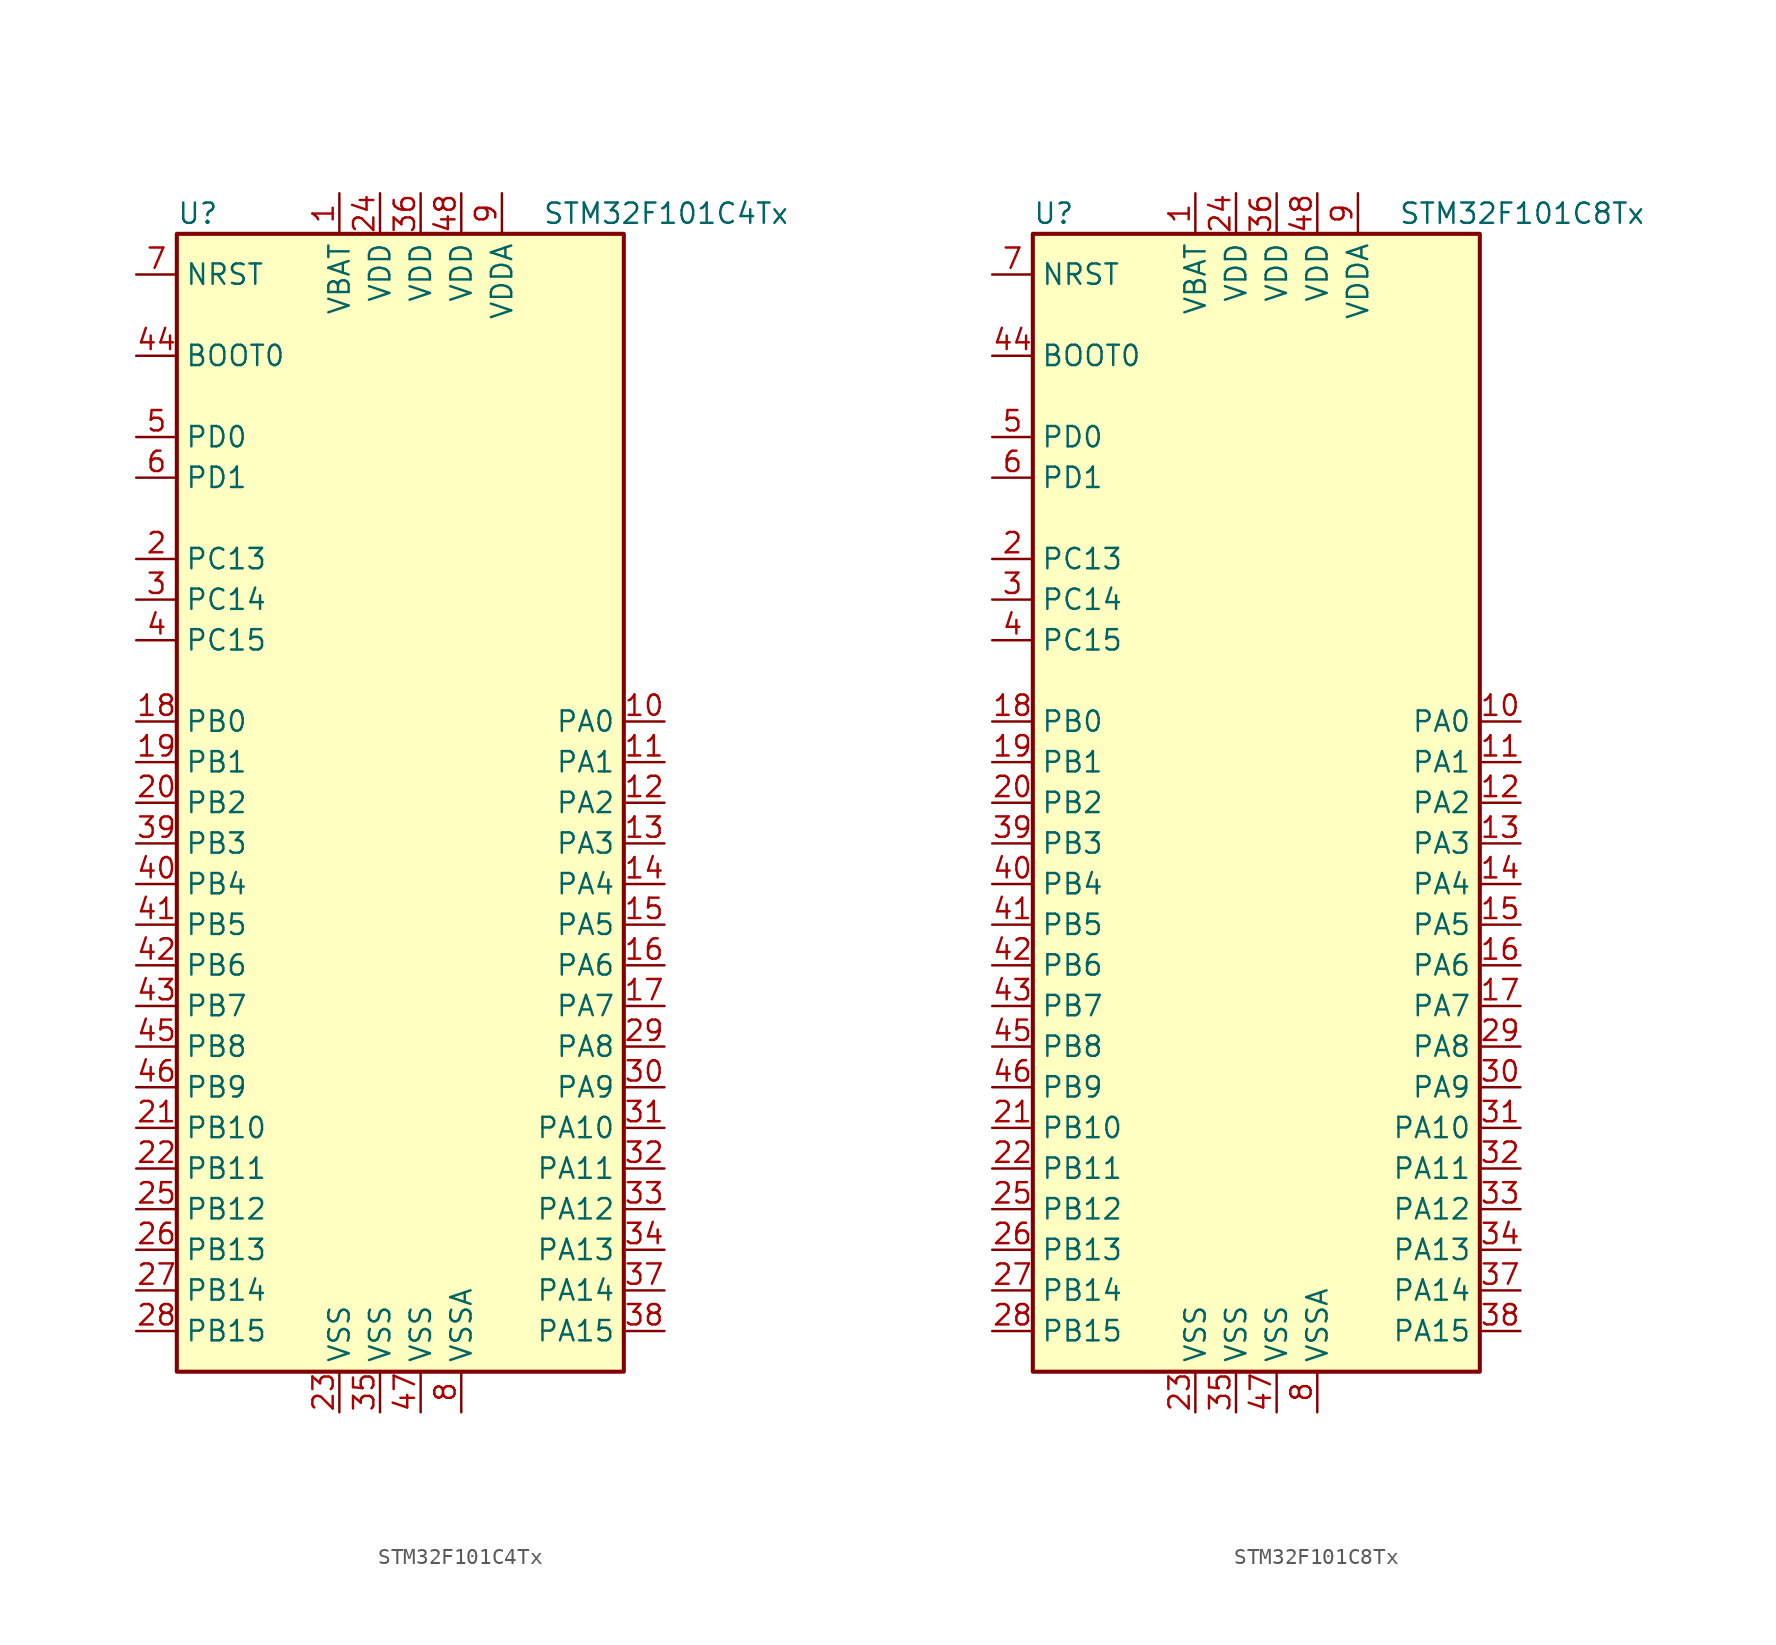
<source format=kicad_sym>
(kicad_symbol_lib
  (version 20201005)
  (generator kicad_symbol_editor)
  (symbol "MCU_ST_STM32F1:STM32F101C4Tx"
    (property "Reference" "U"
      (at -15.24 36.83 0)
      (effects (font (size 1.27 1.27)) (justify left)))
    (property "Value" "STM32F101C4Tx"
      (at 7.62 36.83 0)
      (effects (font (size 1.27 1.27)) (justify left)))
    (symbol "STM32F101C4Tx_0_1"
      (rectangle (start -15.24 -35.56) (end 12.7 35.56) (stroke (width 0.254)) (fill (type background))))
    (symbol "STM32F101C4Tx_1_1"
      (pin input line (at -17.78 27.94 0) (length 2.54) (name "BOOT0" (effects (font (size 1.27 1.27)))) (number "44" (effects (font (size 1.27 1.27)))))
      (pin input line (at -17.78 33.02 0) (length 2.54) (name "NRST" (effects (font (size 1.27 1.27)))) (number "7" (effects (font (size 1.27 1.27)))))
      (pin bidirectional line (at 15.24 5.08 180) (length 2.54) (name "PA0" (effects (font (size 1.27 1.27)))) (number "10" (effects (font (size 1.27 1.27)))))
      (pin bidirectional line (at 15.24 2.54 180) (length 2.54) (name "PA1" (effects (font (size 1.27 1.27)))) (number "11" (effects (font (size 1.27 1.27)))))
      (pin bidirectional line (at 15.24 -20.32 180) (length 2.54) (name "PA10" (effects (font (size 1.27 1.27)))) (number "31" (effects (font (size 1.27 1.27)))))
      (pin bidirectional line (at 15.24 -22.86 180) (length 2.54) (name "PA11" (effects (font (size 1.27 1.27)))) (number "32" (effects (font (size 1.27 1.27)))))
      (pin bidirectional line (at 15.24 -25.4 180) (length 2.54) (name "PA12" (effects (font (size 1.27 1.27)))) (number "33" (effects (font (size 1.27 1.27)))))
      (pin bidirectional line (at 15.24 -27.94 180) (length 2.54) (name "PA13" (effects (font (size 1.27 1.27)))) (number "34" (effects (font (size 1.27 1.27)))))
      (pin bidirectional line (at 15.24 -30.48 180) (length 2.54) (name "PA14" (effects (font (size 1.27 1.27)))) (number "37" (effects (font (size 1.27 1.27)))))
      (pin bidirectional line (at 15.24 -33.02 180) (length 2.54) (name "PA15" (effects (font (size 1.27 1.27)))) (number "38" (effects (font (size 1.27 1.27)))))
      (pin bidirectional line (at 15.24 0 180) (length 2.54) (name "PA2" (effects (font (size 1.27 1.27)))) (number "12" (effects (font (size 1.27 1.27)))))
      (pin bidirectional line (at 15.24 -2.54 180) (length 2.54) (name "PA3" (effects (font (size 1.27 1.27)))) (number "13" (effects (font (size 1.27 1.27)))))
      (pin bidirectional line (at 15.24 -5.08 180) (length 2.54) (name "PA4" (effects (font (size 1.27 1.27)))) (number "14" (effects (font (size 1.27 1.27)))))
      (pin bidirectional line (at 15.24 -7.62 180) (length 2.54) (name "PA5" (effects (font (size 1.27 1.27)))) (number "15" (effects (font (size 1.27 1.27)))))
      (pin bidirectional line (at 15.24 -10.16 180) (length 2.54) (name "PA6" (effects (font (size 1.27 1.27)))) (number "16" (effects (font (size 1.27 1.27)))))
      (pin bidirectional line (at 15.24 -12.7 180) (length 2.54) (name "PA7" (effects (font (size 1.27 1.27)))) (number "17" (effects (font (size 1.27 1.27)))))
      (pin bidirectional line (at 15.24 -15.24 180) (length 2.54) (name "PA8" (effects (font (size 1.27 1.27)))) (number "29" (effects (font (size 1.27 1.27)))))
      (pin bidirectional line (at 15.24 -17.78 180) (length 2.54) (name "PA9" (effects (font (size 1.27 1.27)))) (number "30" (effects (font (size 1.27 1.27)))))
      (pin bidirectional line (at -17.78 5.08 0) (length 2.54) (name "PB0" (effects (font (size 1.27 1.27)))) (number "18" (effects (font (size 1.27 1.27)))))
      (pin bidirectional line (at -17.78 2.54 0) (length 2.54) (name "PB1" (effects (font (size 1.27 1.27)))) (number "19" (effects (font (size 1.27 1.27)))))
      (pin bidirectional line (at -17.78 -20.32 0) (length 2.54) (name "PB10" (effects (font (size 1.27 1.27)))) (number "21" (effects (font (size 1.27 1.27)))))
      (pin bidirectional line (at -17.78 -22.86 0) (length 2.54) (name "PB11" (effects (font (size 1.27 1.27)))) (number "22" (effects (font (size 1.27 1.27)))))
      (pin bidirectional line (at -17.78 -25.4 0) (length 2.54) (name "PB12" (effects (font (size 1.27 1.27)))) (number "25" (effects (font (size 1.27 1.27)))))
      (pin bidirectional line (at -17.78 -27.94 0) (length 2.54) (name "PB13" (effects (font (size 1.27 1.27)))) (number "26" (effects (font (size 1.27 1.27)))))
      (pin bidirectional line (at -17.78 -30.48 0) (length 2.54) (name "PB14" (effects (font (size 1.27 1.27)))) (number "27" (effects (font (size 1.27 1.27)))))
      (pin bidirectional line (at -17.78 -33.02 0) (length 2.54) (name "PB15" (effects (font (size 1.27 1.27)))) (number "28" (effects (font (size 1.27 1.27)))))
      (pin bidirectional line (at -17.78 0 0) (length 2.54) (name "PB2" (effects (font (size 1.27 1.27)))) (number "20" (effects (font (size 1.27 1.27)))))
      (pin bidirectional line (at -17.78 -2.54 0) (length 2.54) (name "PB3" (effects (font (size 1.27 1.27)))) (number "39" (effects (font (size 1.27 1.27)))))
      (pin bidirectional line (at -17.78 -5.08 0) (length 2.54) (name "PB4" (effects (font (size 1.27 1.27)))) (number "40" (effects (font (size 1.27 1.27)))))
      (pin bidirectional line (at -17.78 -7.62 0) (length 2.54) (name "PB5" (effects (font (size 1.27 1.27)))) (number "41" (effects (font (size 1.27 1.27)))))
      (pin bidirectional line (at -17.78 -10.16 0) (length 2.54) (name "PB6" (effects (font (size 1.27 1.27)))) (number "42" (effects (font (size 1.27 1.27)))))
      (pin bidirectional line (at -17.78 -12.7 0) (length 2.54) (name "PB7" (effects (font (size 1.27 1.27)))) (number "43" (effects (font (size 1.27 1.27)))))
      (pin bidirectional line (at -17.78 -15.24 0) (length 2.54) (name "PB8" (effects (font (size 1.27 1.27)))) (number "45" (effects (font (size 1.27 1.27)))))
      (pin bidirectional line (at -17.78 -17.78 0) (length 2.54) (name "PB9" (effects (font (size 1.27 1.27)))) (number "46" (effects (font (size 1.27 1.27)))))
      (pin bidirectional line (at -17.78 15.24 0) (length 2.54) (name "PC13" (effects (font (size 1.27 1.27)))) (number "2" (effects (font (size 1.27 1.27)))))
      (pin bidirectional line (at -17.78 12.7 0) (length 2.54) (name "PC14" (effects (font (size 1.27 1.27)))) (number "3" (effects (font (size 1.27 1.27)))))
      (pin bidirectional line (at -17.78 10.16 0) (length 2.54) (name "PC15" (effects (font (size 1.27 1.27)))) (number "4" (effects (font (size 1.27 1.27)))))
      (pin input line (at -17.78 22.86 0) (length 2.54) (name "PD0" (effects (font (size 1.27 1.27)))) (number "5" (effects (font (size 1.27 1.27)))))
      (pin input line (at -17.78 20.32 0) (length 2.54) (name "PD1" (effects (font (size 1.27 1.27)))) (number "6" (effects (font (size 1.27 1.27)))))
      (pin power_in line (at -5.08 38.1 270) (length 2.54) (name "VBAT" (effects (font (size 1.27 1.27)))) (number "1" (effects (font (size 1.27 1.27)))))
      (pin power_in line (at -2.54 38.1 270) (length 2.54) (name "VDD" (effects (font (size 1.27 1.27)))) (number "24" (effects (font (size 1.27 1.27)))))
      (pin power_in line (at 0 38.1 270) (length 2.54) (name "VDD" (effects (font (size 1.27 1.27)))) (number "36" (effects (font (size 1.27 1.27)))))
      (pin power_in line (at 2.54 38.1 270) (length 2.54) (name "VDD" (effects (font (size 1.27 1.27)))) (number "48" (effects (font (size 1.27 1.27)))))
      (pin power_in line (at 5.08 38.1 270) (length 2.54) (name "VDDA" (effects (font (size 1.27 1.27)))) (number "9" (effects (font (size 1.27 1.27)))))
      (pin power_in line (at -5.08 -38.1 90) (length 2.54) (name "VSS" (effects (font (size 1.27 1.27)))) (number "23" (effects (font (size 1.27 1.27)))))
      (pin power_in line (at -2.54 -38.1 90) (length 2.54) (name "VSS" (effects (font (size 1.27 1.27)))) (number "35" (effects (font (size 1.27 1.27)))))
      (pin power_in line (at 0 -38.1 90) (length 2.54) (name "VSS" (effects (font (size 1.27 1.27)))) (number "47" (effects (font (size 1.27 1.27)))))
      (pin power_in line (at 2.54 -38.1 90) (length 2.54) (name "VSSA" (effects (font (size 1.27 1.27)))) (number "8" (effects (font (size 1.27 1.27)))))))
  (symbol "MCU_ST_STM32F1:STM32F101C8Tx"
    (property "Reference" "U"
      (at -15.24 36.83 0)
      (effects (font (size 1.27 1.27)) (justify left)))
    (property "Value" "STM32F101C8Tx"
      (at 7.62 36.83 0)
      (effects (font (size 1.27 1.27)) (justify left)))
    (symbol "STM32F101C8Tx_0_1"
      (rectangle (start -15.24 -35.56) (end 12.7 35.56) (stroke (width 0.254)) (fill (type background))))
    (symbol "STM32F101C8Tx_1_1"
      (pin input line (at -17.78 27.94 0) (length 2.54) (name "BOOT0" (effects (font (size 1.27 1.27)))) (number "44" (effects (font (size 1.27 1.27)))))
      (pin input line (at -17.78 33.02 0) (length 2.54) (name "NRST" (effects (font (size 1.27 1.27)))) (number "7" (effects (font (size 1.27 1.27)))))
      (pin bidirectional line (at 15.24 5.08 180) (length 2.54) (name "PA0" (effects (font (size 1.27 1.27)))) (number "10" (effects (font (size 1.27 1.27)))))
      (pin bidirectional line (at 15.24 2.54 180) (length 2.54) (name "PA1" (effects (font (size 1.27 1.27)))) (number "11" (effects (font (size 1.27 1.27)))))
      (pin bidirectional line (at 15.24 -20.32 180) (length 2.54) (name "PA10" (effects (font (size 1.27 1.27)))) (number "31" (effects (font (size 1.27 1.27)))))
      (pin bidirectional line (at 15.24 -22.86 180) (length 2.54) (name "PA11" (effects (font (size 1.27 1.27)))) (number "32" (effects (font (size 1.27 1.27)))))
      (pin bidirectional line (at 15.24 -25.4 180) (length 2.54) (name "PA12" (effects (font (size 1.27 1.27)))) (number "33" (effects (font (size 1.27 1.27)))))
      (pin bidirectional line (at 15.24 -27.94 180) (length 2.54) (name "PA13" (effects (font (size 1.27 1.27)))) (number "34" (effects (font (size 1.27 1.27)))))
      (pin bidirectional line (at 15.24 -30.48 180) (length 2.54) (name "PA14" (effects (font (size 1.27 1.27)))) (number "37" (effects (font (size 1.27 1.27)))))
      (pin bidirectional line (at 15.24 -33.02 180) (length 2.54) (name "PA15" (effects (font (size 1.27 1.27)))) (number "38" (effects (font (size 1.27 1.27)))))
      (pin bidirectional line (at 15.24 0 180) (length 2.54) (name "PA2" (effects (font (size 1.27 1.27)))) (number "12" (effects (font (size 1.27 1.27)))))
      (pin bidirectional line (at 15.24 -2.54 180) (length 2.54) (name "PA3" (effects (font (size 1.27 1.27)))) (number "13" (effects (font (size 1.27 1.27)))))
      (pin bidirectional line (at 15.24 -5.08 180) (length 2.54) (name "PA4" (effects (font (size 1.27 1.27)))) (number "14" (effects (font (size 1.27 1.27)))))
      (pin bidirectional line (at 15.24 -7.62 180) (length 2.54) (name "PA5" (effects (font (size 1.27 1.27)))) (number "15" (effects (font (size 1.27 1.27)))))
      (pin bidirectional line (at 15.24 -10.16 180) (length 2.54) (name "PA6" (effects (font (size 1.27 1.27)))) (number "16" (effects (font (size 1.27 1.27)))))
      (pin bidirectional line (at 15.24 -12.7 180) (length 2.54) (name "PA7" (effects (font (size 1.27 1.27)))) (number "17" (effects (font (size 1.27 1.27)))))
      (pin bidirectional line (at 15.24 -15.24 180) (length 2.54) (name "PA8" (effects (font (size 1.27 1.27)))) (number "29" (effects (font (size 1.27 1.27)))))
      (pin bidirectional line (at 15.24 -17.78 180) (length 2.54) (name "PA9" (effects (font (size 1.27 1.27)))) (number "30" (effects (font (size 1.27 1.27)))))
      (pin bidirectional line (at -17.78 5.08 0) (length 2.54) (name "PB0" (effects (font (size 1.27 1.27)))) (number "18" (effects (font (size 1.27 1.27)))))
      (pin bidirectional line (at -17.78 2.54 0) (length 2.54) (name "PB1" (effects (font (size 1.27 1.27)))) (number "19" (effects (font (size 1.27 1.27)))))
      (pin bidirectional line (at -17.78 -20.32 0) (length 2.54) (name "PB10" (effects (font (size 1.27 1.27)))) (number "21" (effects (font (size 1.27 1.27)))))
      (pin bidirectional line (at -17.78 -22.86 0) (length 2.54) (name "PB11" (effects (font (size 1.27 1.27)))) (number "22" (effects (font (size 1.27 1.27)))))
      (pin bidirectional line (at -17.78 -25.4 0) (length 2.54) (name "PB12" (effects (font (size 1.27 1.27)))) (number "25" (effects (font (size 1.27 1.27)))))
      (pin bidirectional line (at -17.78 -27.94 0) (length 2.54) (name "PB13" (effects (font (size 1.27 1.27)))) (number "26" (effects (font (size 1.27 1.27)))))
      (pin bidirectional line (at -17.78 -30.48 0) (length 2.54) (name "PB14" (effects (font (size 1.27 1.27)))) (number "27" (effects (font (size 1.27 1.27)))))
      (pin bidirectional line (at -17.78 -33.02 0) (length 2.54) (name "PB15" (effects (font (size 1.27 1.27)))) (number "28" (effects (font (size 1.27 1.27)))))
      (pin bidirectional line (at -17.78 0 0) (length 2.54) (name "PB2" (effects (font (size 1.27 1.27)))) (number "20" (effects (font (size 1.27 1.27)))))
      (pin bidirectional line (at -17.78 -2.54 0) (length 2.54) (name "PB3" (effects (font (size 1.27 1.27)))) (number "39" (effects (font (size 1.27 1.27)))))
      (pin bidirectional line (at -17.78 -5.08 0) (length 2.54) (name "PB4" (effects (font (size 1.27 1.27)))) (number "40" (effects (font (size 1.27 1.27)))))
      (pin bidirectional line (at -17.78 -7.62 0) (length 2.54) (name "PB5" (effects (font (size 1.27 1.27)))) (number "41" (effects (font (size 1.27 1.27)))))
      (pin bidirectional line (at -17.78 -10.16 0) (length 2.54) (name "PB6" (effects (font (size 1.27 1.27)))) (number "42" (effects (font (size 1.27 1.27)))))
      (pin bidirectional line (at -17.78 -12.7 0) (length 2.54) (name "PB7" (effects (font (size 1.27 1.27)))) (number "43" (effects (font (size 1.27 1.27)))))
      (pin bidirectional line (at -17.78 -15.24 0) (length 2.54) (name "PB8" (effects (font (size 1.27 1.27)))) (number "45" (effects (font (size 1.27 1.27)))))
      (pin bidirectional line (at -17.78 -17.78 0) (length 2.54) (name "PB9" (effects (font (size 1.27 1.27)))) (number "46" (effects (font (size 1.27 1.27)))))
      (pin bidirectional line (at -17.78 15.24 0) (length 2.54) (name "PC13" (effects (font (size 1.27 1.27)))) (number "2" (effects (font (size 1.27 1.27)))))
      (pin bidirectional line (at -17.78 12.7 0) (length 2.54) (name "PC14" (effects (font (size 1.27 1.27)))) (number "3" (effects (font (size 1.27 1.27)))))
      (pin bidirectional line (at -17.78 10.16 0) (length 2.54) (name "PC15" (effects (font (size 1.27 1.27)))) (number "4" (effects (font (size 1.27 1.27)))))
      (pin input line (at -17.78 22.86 0) (length 2.54) (name "PD0" (effects (font (size 1.27 1.27)))) (number "5" (effects (font (size 1.27 1.27)))))
      (pin input line (at -17.78 20.32 0) (length 2.54) (name "PD1" (effects (font (size 1.27 1.27)))) (number "6" (effects (font (size 1.27 1.27)))))
      (pin power_in line (at -5.08 38.1 270) (length 2.54) (name "VBAT" (effects (font (size 1.27 1.27)))) (number "1" (effects (font (size 1.27 1.27)))))
      (pin power_in line (at -2.54 38.1 270) (length 2.54) (name "VDD" (effects (font (size 1.27 1.27)))) (number "24" (effects (font (size 1.27 1.27)))))
      (pin power_in line (at 0 38.1 270) (length 2.54) (name "VDD" (effects (font (size 1.27 1.27)))) (number "36" (effects (font (size 1.27 1.27)))))
      (pin power_in line (at 2.54 38.1 270) (length 2.54) (name "VDD" (effects (font (size 1.27 1.27)))) (number "48" (effects (font (size 1.27 1.27)))))
      (pin power_in line (at 5.08 38.1 270) (length 2.54) (name "VDDA" (effects (font (size 1.27 1.27)))) (number "9" (effects (font (size 1.27 1.27)))))
      (pin power_in line (at -5.08 -38.1 90) (length 2.54) (name "VSS" (effects (font (size 1.27 1.27)))) (number "23" (effects (font (size 1.27 1.27)))))
      (pin power_in line (at -2.54 -38.1 90) (length 2.54) (name "VSS" (effects (font (size 1.27 1.27)))) (number "35" (effects (font (size 1.27 1.27)))))
      (pin power_in line (at 0 -38.1 90) (length 2.54) (name "VSS" (effects (font (size 1.27 1.27)))) (number "47" (effects (font (size 1.27 1.27)))))
      (pin power_in line (at 2.54 -38.1 90) (length 2.54) (name "VSSA" (effects (font (size 1.27 1.27)))) (number "8" (effects (font (size 1.27 1.27))))))))
</source>
